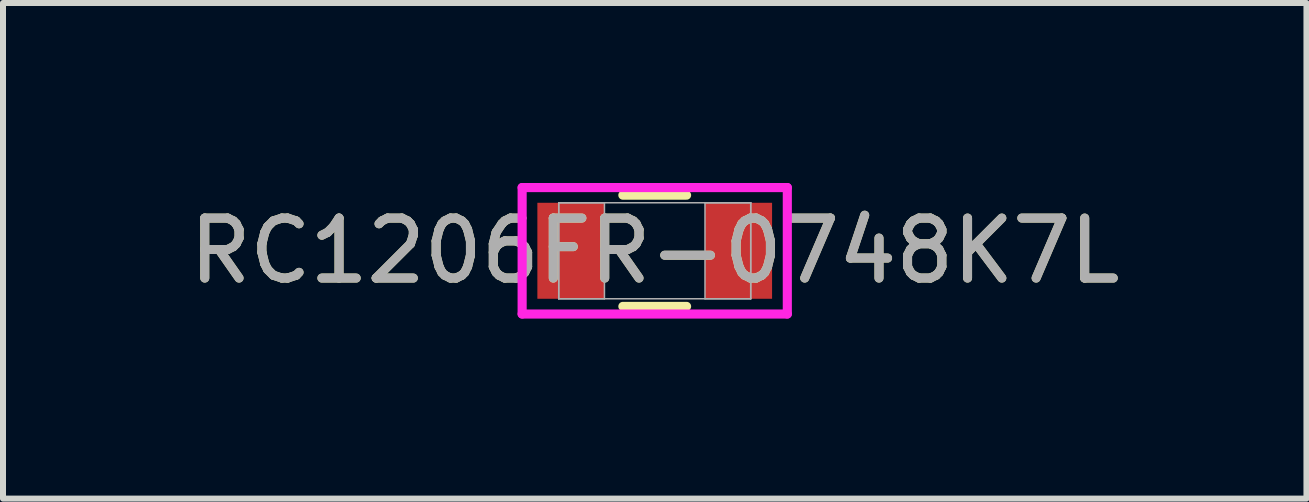
<source format=kicad_pcb>
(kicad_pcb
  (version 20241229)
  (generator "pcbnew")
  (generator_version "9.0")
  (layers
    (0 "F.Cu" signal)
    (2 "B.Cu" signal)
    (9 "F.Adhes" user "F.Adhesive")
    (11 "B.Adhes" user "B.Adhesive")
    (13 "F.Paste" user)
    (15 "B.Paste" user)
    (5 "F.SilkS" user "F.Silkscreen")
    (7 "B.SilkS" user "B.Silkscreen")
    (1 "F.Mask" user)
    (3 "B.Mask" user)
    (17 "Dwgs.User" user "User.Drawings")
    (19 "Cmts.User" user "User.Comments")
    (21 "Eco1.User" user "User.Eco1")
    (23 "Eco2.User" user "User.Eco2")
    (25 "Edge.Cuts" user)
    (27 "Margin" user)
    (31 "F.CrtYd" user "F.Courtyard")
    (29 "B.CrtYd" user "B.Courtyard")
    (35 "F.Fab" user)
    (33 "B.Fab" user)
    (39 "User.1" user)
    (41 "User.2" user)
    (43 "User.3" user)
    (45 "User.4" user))
  (footprint "RC1206FR-0748K7L"
    (layer "F.Cu")
    (at 7.863 1.13)
    (property "Reference" "RC1206FR-0748K7L" (at 0 0 0) (unlocked yes) (layer "F.SilkS") (effects (font (size 1 1) (thickness 0.15))))
    (attr smd)
    (fp_line (start -0.531 0.927) (end 0.531 0.927) (stroke (width 0.152) (type solid)) (layer "F.SilkS"))
    (fp_line (start 0.531 -0.927) (end -0.531 -0.927) (stroke (width 0.152) (type solid)) (layer "F.SilkS"))
    (fp_line (start -2.21 -1.054) (end 2.21 -1.054) (stroke (width 0.152) (type solid)) (layer "F.CrtYd"))
    (fp_line (start -2.21 1.054) (end -2.21 -1.054) (stroke (width 0.152) (type solid)) (layer "F.CrtYd"))
    (fp_line (start 2.21 -1.054) (end 2.21 1.054) (stroke (width 0.152) (type solid)) (layer "F.CrtYd"))
    (fp_line (start 2.21 1.054) (end -2.21 1.054) (stroke (width 0.152) (type solid)) (layer "F.CrtYd"))
    (fp_line (start -1.6 -0.8) (end -1.6 0.8) (stroke (width 0.025) (type solid)) (layer "F.Fab"))
    (fp_line (start -1.6 -0.8) (end -1.6 0.8) (stroke (width 0.025) (type solid)) (layer "F.Fab"))
    (fp_line (start -1.6 0.8) (end -0.838 0.8) (stroke (width 0.025) (type solid)) (layer "F.Fab"))
    (fp_line (start -1.6 0.8) (end 1.6 0.8) (stroke (width 0.025) (type solid)) (layer "F.Fab"))
    (fp_line (start -0.838 -0.8) (end -1.6 -0.8) (stroke (width 0.025) (type solid)) (layer "F.Fab"))
    (fp_line (start -0.838 0.8) (end -0.838 -0.8) (stroke (width 0.025) (type solid)) (layer "F.Fab"))
    (fp_line (start 0.838 -0.8) (end 0.838 0.8) (stroke (width 0.025) (type solid)) (layer "F.Fab"))
    (fp_line (start 0.838 0.8) (end 1.6 0.8) (stroke (width 0.025) (type solid)) (layer "F.Fab"))
    (fp_line (start 1.6 -0.8) (end -1.6 -0.8) (stroke (width 0.025) (type solid)) (layer "F.Fab"))
    (fp_line (start 1.6 -0.8) (end 0.838 -0.8) (stroke (width 0.025) (type solid)) (layer "F.Fab"))
    (fp_line (start 1.6 0.8) (end 1.6 -0.8) (stroke (width 0.025) (type solid)) (layer "F.Fab"))
    (fp_line (start 1.6 0.8) (end 1.6 -0.8) (stroke (width 0.025) (type solid)) (layer "F.Fab"))
    (fp_text user "${REFERENCE}" (at 0 0 0) (unlocked yes) (layer "F.Fab") (effects (font (size 1 1) (thickness 0.15))))
    (pad "1" smd rect (at -1.397 0) (size 1.118 1.6) (layers "F.Cu" "F.Mask" "F.Paste"))
    (pad "2" smd rect (at 1.397 0) (size 1.118 1.6) (layers "F.Cu" "F.Mask" "F.Paste"))
    (zone (net_name "") (layer "F.Cu") (hatch full 0.508) (connect_pads) (min_thickness 0.254) (filled_areas_thickness no) (keepout (tracks not_allowed) (vias not_allowed) (pads allowed) (copperpour not_allowed) (footprints allowed)) (placement (enabled no)) (fill) (polygon (pts (xy 7.076 0.381) (xy 8.65 0.381) (xy 8.65 1.88) (xy 7.076 1.88)))))
  (gr_rect
    (start -3 -3)
    (end 18.726 5.261)
    (stroke (width 0.1) (type default))
    (fill no)
    (layer "Edge.Cuts")))
</source>
